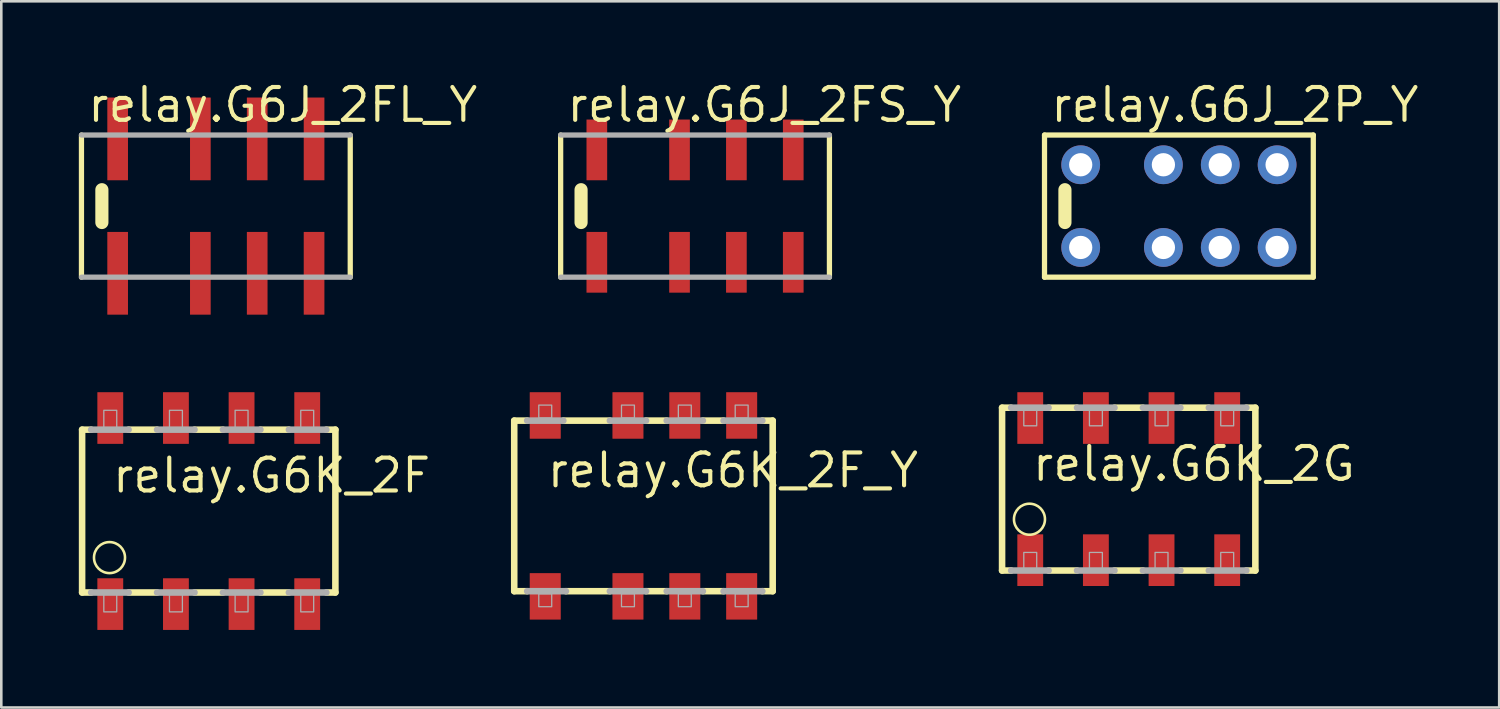
<source format=kicad_pcb>
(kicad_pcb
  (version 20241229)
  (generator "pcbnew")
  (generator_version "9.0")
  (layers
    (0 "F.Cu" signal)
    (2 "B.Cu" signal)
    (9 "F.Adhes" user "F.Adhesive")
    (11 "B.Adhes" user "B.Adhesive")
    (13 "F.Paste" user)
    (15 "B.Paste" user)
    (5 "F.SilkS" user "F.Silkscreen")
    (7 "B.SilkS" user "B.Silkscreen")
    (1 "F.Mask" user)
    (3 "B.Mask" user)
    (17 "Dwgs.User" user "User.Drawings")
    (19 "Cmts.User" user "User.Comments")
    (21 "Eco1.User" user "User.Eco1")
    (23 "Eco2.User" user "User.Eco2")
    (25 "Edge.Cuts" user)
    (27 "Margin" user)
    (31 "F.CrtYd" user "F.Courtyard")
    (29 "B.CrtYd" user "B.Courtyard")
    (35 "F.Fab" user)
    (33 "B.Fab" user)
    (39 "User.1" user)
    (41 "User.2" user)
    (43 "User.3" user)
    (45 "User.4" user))
  (footprint "relay.G6J_2FL_Y"
    (layer "F.Cu")
    (at 4.702 4.925)
    (property "Reference" "relay.G6J_2FL_Y" (at -4.445 -3.175 0) (layer "F.SilkS") (effects (font (size 1.27 1.27) (thickness 0.16)) (justify left bottom)))
    (attr smd)
    (fp_line (start -4.6 -2.75) (end -4.6 2.75) (stroke (width 0.203) (type default)) (layer "F.SilkS"))
    (fp_line (start -3.81 -0.635) (end -3.81 0.635) (stroke (width 0.508) (type default)) (layer "F.SilkS"))
    (fp_line (start 5.8 2.75) (end 5.8 -2.75) (stroke (width 0.203) (type default)) (layer "F.SilkS"))
    (fp_line (start -4.6 2.75) (end 5.8 2.75) (stroke (width 0.203) (type default)) (layer "F.Fab"))
    (fp_line (start 5.8 -2.75) (end -4.6 -2.75) (stroke (width 0.203) (type default)) (layer "F.Fab"))
    (pad "1" smd roundrect (at -3.2 2.6) (size 0.8 3.2) (layers "F.Cu" "F.Mask" "F.Paste") (roundrect_rratio 0.01))
    (pad "2" smd roundrect (at 0 2.6) (size 0.8 3.2) (layers "F.Cu" "F.Mask" "F.Paste") (roundrect_rratio 0.01))
    (pad "3" smd roundrect (at 2.2 2.6) (size 0.8 3.2) (layers "F.Cu" "F.Mask" "F.Paste") (roundrect_rratio 0.01))
    (pad "4" smd roundrect (at 4.4 2.6) (size 0.8 3.2) (layers "F.Cu" "F.Mask" "F.Paste") (roundrect_rratio 0.01))
    (pad "5" smd roundrect (at 4.4 -2.6) (size 0.8 3.2) (layers "F.Cu" "F.Mask" "F.Paste") (roundrect_rratio 0.01))
    (pad "6" smd roundrect (at 2.2 -2.6) (size 0.8 3.2) (layers "F.Cu" "F.Mask" "F.Paste") (roundrect_rratio 0.01))
    (pad "7" smd roundrect (at 0 -2.6) (size 0.8 3.2) (layers "F.Cu" "F.Mask" "F.Paste") (roundrect_rratio 0.01))
    (pad "8" smd roundrect (at -3.2 -2.6) (size 0.8 3.2) (layers "F.Cu" "F.Mask" "F.Paste") (roundrect_rratio 0.01)))
  (footprint "relay.G6J_2P_Y"
    (layer "F.Cu")
    (at 41.965 4.925)
    (property "Reference" "relay.G6J_2P_Y" (at -4.445 -3.175 0) (layer "F.SilkS") (effects (font (size 1.27 1.27) (thickness 0.16)) (justify left bottom)))
    (attr through_hole)
    (fp_line (start -4.6 -2.75) (end -4.6 2.75) (stroke (width 0.203) (type default)) (layer "F.SilkS"))
    (fp_line (start -4.6 2.75) (end 5.8 2.75) (stroke (width 0.203) (type default)) (layer "F.SilkS"))
    (fp_line (start -3.81 -0.635) (end -3.81 0.635) (stroke (width 0.508) (type default)) (layer "F.SilkS"))
    (fp_line (start 5.8 -2.75) (end -4.6 -2.75) (stroke (width 0.203) (type default)) (layer "F.SilkS"))
    (fp_line (start 5.8 2.75) (end 5.8 -2.75) (stroke (width 0.203) (type default)) (layer "F.SilkS"))
    (pad "1" thru_hole circle (at -3.2 1.6) (size 1.5 1.5) (drill 0.9) (layers "*.Cu" "*.Mask"))
    (pad "2" thru_hole circle (at 0 1.6) (size 1.5 1.5) (drill 0.9) (layers "*.Cu" "*.Mask"))
    (pad "3" thru_hole circle (at 2.2 1.6) (size 1.5 1.5) (drill 0.9) (layers "*.Cu" "*.Mask"))
    (pad "4" thru_hole circle (at 4.4 1.6) (size 1.5 1.5) (drill 0.9) (layers "*.Cu" "*.Mask"))
    (pad "5" thru_hole circle (at 4.4 -1.6) (size 1.5 1.5) (drill 0.9) (layers "*.Cu" "*.Mask"))
    (pad "6" thru_hole circle (at 2.2 -1.6) (size 1.5 1.5) (drill 0.9) (layers "*.Cu" "*.Mask"))
    (pad "7" thru_hole circle (at 0 -1.6) (size 1.5 1.5) (drill 0.9) (layers "*.Cu" "*.Mask"))
    (pad "8" thru_hole circle (at -3.2 -1.6) (size 1.5 1.5) (drill 0.9) (layers "*.Cu" "*.Mask")))
  (footprint "relay.G6J_2FS_Y"
    (layer "F.Cu")
    (at 23.243 4.925)
    (property "Reference" "relay.G6J_2FS_Y" (at -4.445 -3.175 0) (layer "F.SilkS") (effects (font (size 1.27 1.27) (thickness 0.16)) (justify left bottom)))
    (attr smd)
    (fp_line (start -4.6 -2.75) (end -4.6 2.75) (stroke (width 0.203) (type default)) (layer "F.SilkS"))
    (fp_line (start -3.81 -0.635) (end -3.81 0.635) (stroke (width 0.508) (type default)) (layer "F.SilkS"))
    (fp_line (start 5.8 2.75) (end 5.8 -2.75) (stroke (width 0.203) (type default)) (layer "F.SilkS"))
    (fp_line (start -4.6 2.75) (end 5.8 2.75) (stroke (width 0.203) (type default)) (layer "F.Fab"))
    (fp_line (start 5.8 -2.75) (end -4.6 -2.75) (stroke (width 0.203) (type default)) (layer "F.Fab"))
    (pad "1" smd roundrect (at -3.2 2.175) (size 0.8 2.35) (layers "F.Cu" "F.Mask" "F.Paste") (roundrect_rratio 0.01))
    (pad "2" smd roundrect (at 0 2.175) (size 0.8 2.35) (layers "F.Cu" "F.Mask" "F.Paste") (roundrect_rratio 0.01))
    (pad "3" smd roundrect (at 2.2 2.175) (size 0.8 2.35) (layers "F.Cu" "F.Mask" "F.Paste") (roundrect_rratio 0.01))
    (pad "4" smd roundrect (at 4.4 2.175) (size 0.8 2.35) (layers "F.Cu" "F.Mask" "F.Paste") (roundrect_rratio 0.01))
    (pad "5" smd roundrect (at 4.4 -2.175) (size 0.8 2.35) (layers "F.Cu" "F.Mask" "F.Paste") (roundrect_rratio 0.01))
    (pad "6" smd roundrect (at 2.2 -2.175) (size 0.8 2.35) (layers "F.Cu" "F.Mask" "F.Paste") (roundrect_rratio 0.01))
    (pad "7" smd roundrect (at 0 -2.175) (size 0.8 2.35) (layers "F.Cu" "F.Mask" "F.Paste") (roundrect_rratio 0.01))
    (pad "8" smd roundrect (at -3.2 -2.175) (size 0.8 2.35) (layers "F.Cu" "F.Mask" "F.Paste") (roundrect_rratio 0.01)))
  (footprint "relay.G6K_2F_Y"
    (layer "F.Cu")
    (at 21.847 16.525)
    (property "Reference" "relay.G6K_2F_Y" (at -3.81 -0.635 0) (layer "F.SilkS") (effects (font (size 1.27 1.27) (thickness 0.16)) (justify left bottom)))
    (attr smd)
    (fp_line (start -5 -3.3) (end -4.5 -3.3) (stroke (width 0.254) (type default)) (layer "F.SilkS"))
    (fp_line (start -5 3.3) (end -5 -3.3) (stroke (width 0.254) (type default)) (layer "F.SilkS"))
    (fp_line (start -5 3.3) (end -4.5 3.3) (stroke (width 0.254) (type default)) (layer "F.SilkS"))
    (fp_line (start -3.1 -3.3) (end -1.3 -3.3) (stroke (width 0.254) (type default)) (layer "F.SilkS"))
    (fp_line (start -1.3 3.3) (end -3 3.3) (stroke (width 0.254) (type default)) (layer "F.SilkS"))
    (fp_line (start 0.1 -3.3) (end 0.9 -3.3) (stroke (width 0.254) (type default)) (layer "F.SilkS"))
    (fp_line (start 0.9 3.3) (end 0.1 3.3) (stroke (width 0.254) (type default)) (layer "F.SilkS"))
    (fp_line (start 2.3 -3.3) (end 3.1 -3.3) (stroke (width 0.254) (type default)) (layer "F.SilkS"))
    (fp_line (start 3.1 3.3) (end 2.3 3.3) (stroke (width 0.254) (type default)) (layer "F.SilkS"))
    (fp_line (start 5 -3.3) (end 4.6 -3.3) (stroke (width 0.254) (type default)) (layer "F.SilkS"))
    (fp_line (start 5 -3.3) (end 5 3.3) (stroke (width 0.254) (type default)) (layer "F.SilkS"))
    (fp_line (start 5 3.3) (end 4.6 3.3) (stroke (width 0.254) (type default)) (layer "F.SilkS"))
    (fp_line (start -4.5 -3.3) (end -3.1 -3.3) (stroke (width 0.254) (type default)) (layer "F.Fab"))
    (fp_line (start -3 3.3) (end -4.5 3.3) (stroke (width 0.254) (type default)) (layer "F.Fab"))
    (fp_line (start -1.3 -3.3) (end 0.1 -3.3) (stroke (width 0.254) (type default)) (layer "F.Fab"))
    (fp_line (start 0.1 3.3) (end -1.3 3.3) (stroke (width 0.254) (type default)) (layer "F.Fab"))
    (fp_line (start 0.9 -3.3) (end 2.3 -3.3) (stroke (width 0.254) (type default)) (layer "F.Fab"))
    (fp_line (start 2.3 3.3) (end 0.9 3.3) (stroke (width 0.254) (type default)) (layer "F.Fab"))
    (fp_line (start 3.1 -3.3) (end 4.6 -3.3) (stroke (width 0.254) (type default)) (layer "F.Fab"))
    (fp_line (start 4.6 3.3) (end 3.1 3.3) (stroke (width 0.254) (type default)) (layer "F.Fab"))
    (fp_rect (start -4.05 -3.4) (end -3.55 -3.9) (stroke (width 0.05) (type default)) (fill no) (layer "F.Fab"))
    (fp_rect (start -4.05 3.9) (end -3.55 3.4) (stroke (width 0.05) (type default)) (fill no) (layer "F.Fab"))
    (fp_rect (start -0.85 -3.4) (end -0.35 -3.9) (stroke (width 0.05) (type default)) (fill no) (layer "F.Fab"))
    (fp_rect (start -0.85 3.9) (end -0.35 3.4) (stroke (width 0.05) (type default)) (fill no) (layer "F.Fab"))
    (fp_rect (start 1.35 -3.4) (end 1.85 -3.9) (stroke (width 0.05) (type default)) (fill no) (layer "F.Fab"))
    (fp_rect (start 1.35 3.9) (end 1.85 3.4) (stroke (width 0.05) (type default)) (fill no) (layer "F.Fab"))
    (fp_rect (start 3.55 -3.4) (end 4.05 -3.9) (stroke (width 0.05) (type default)) (fill no) (layer "F.Fab"))
    (fp_rect (start 3.55 3.9) (end 4.05 3.4) (stroke (width 0.05) (type default)) (fill no) (layer "F.Fab"))
    (pad "1" smd roundrect (at -3.8 3.5) (size 1.2 1.8) (layers "F.Cu" "F.Mask" "F.Paste") (roundrect_rratio 0.01))
    (pad "2" smd roundrect (at -0.6 3.5) (size 1.2 1.8) (layers "F.Cu" "F.Mask" "F.Paste") (roundrect_rratio 0.01))
    (pad "3" smd roundrect (at 1.6 3.5) (size 1.2 1.8) (layers "F.Cu" "F.Mask" "F.Paste") (roundrect_rratio 0.01))
    (pad "4" smd roundrect (at 3.8 3.5) (size 1.2 1.8) (layers "F.Cu" "F.Mask" "F.Paste") (roundrect_rratio 0.01))
    (pad "5" smd roundrect (at 3.8 -3.5) (size 1.2 1.8) (layers "F.Cu" "F.Mask" "F.Paste") (roundrect_rratio 0.01))
    (pad "6" smd roundrect (at 1.6 -3.5) (size 1.2 1.8) (layers "F.Cu" "F.Mask" "F.Paste") (roundrect_rratio 0.01))
    (pad "7" smd roundrect (at -0.6 -3.5) (size 1.2 1.8) (layers "F.Cu" "F.Mask" "F.Paste") (roundrect_rratio 0.01))
    (pad "8" smd roundrect (at -3.8 -3.5) (size 1.2 1.8) (layers "F.Cu" "F.Mask" "F.Paste") (roundrect_rratio 0.01)))
  (footprint "relay.G6K_2G"
    (layer "F.Cu")
    (at 40.623 15.875)
    (property "Reference" "relay.G6K_2G" (at -3.81 -0.235 0) (layer "F.SilkS") (effects (font (size 1.27 1.27) (thickness 0.16)) (justify left bottom)))
    (attr smd)
    (fp_line (start -4.9 -3.15) (end -4.9 3.15) (stroke (width 0.254) (type default)) (layer "F.SilkS"))
    (fp_line (start -4.9 -3.15) (end -4.55 -3.15) (stroke (width 0.254) (type default)) (layer "F.SilkS"))
    (fp_line (start -4.9 3.15) (end -4.55 3.15) (stroke (width 0.254) (type default)) (layer "F.SilkS"))
    (fp_line (start -3.1 -3.15) (end -2 -3.15) (stroke (width 0.254) (type default)) (layer "F.SilkS"))
    (fp_line (start -3.1 3.15) (end -2 3.15) (stroke (width 0.254) (type default)) (layer "F.SilkS"))
    (fp_line (start -0.55 -3.15) (end 0.55 -3.15) (stroke (width 0.254) (type default)) (layer "F.SilkS"))
    (fp_line (start -0.55 3.15) (end 0.55 3.15) (stroke (width 0.254) (type default)) (layer "F.SilkS"))
    (fp_line (start 2 -3.15) (end 3.1 -3.15) (stroke (width 0.254) (type default)) (layer "F.SilkS"))
    (fp_line (start 2 3.15) (end 3.1 3.15) (stroke (width 0.254) (type default)) (layer "F.SilkS"))
    (fp_line (start 4.9 -3.15) (end 4.55 -3.15) (stroke (width 0.254) (type default)) (layer "F.SilkS"))
    (fp_line (start 4.9 3.15) (end 4.55 3.15) (stroke (width 0.254) (type default)) (layer "F.SilkS"))
    (fp_line (start 4.9 3.15) (end 4.9 -3.15) (stroke (width 0.254) (type default)) (layer "F.SilkS"))
    (fp_circle (center -3.84 1.165) (end -3.24 1.165) (stroke (width 0.1) (type default)) (fill no) (layer "F.SilkS"))
    (fp_line (start -4.55 -3.15) (end -3.1 -3.15) (stroke (width 0.254) (type default)) (layer "F.Fab"))
    (fp_line (start -4.55 3.15) (end -3.1 3.15) (stroke (width 0.254) (type default)) (layer "F.Fab"))
    (fp_line (start -2 -3.15) (end -0.55 -3.15) (stroke (width 0.254) (type default)) (layer "F.Fab"))
    (fp_line (start -2 3.15) (end -0.55 3.15) (stroke (width 0.254) (type default)) (layer "F.Fab"))
    (fp_line (start 0.55 -3.15) (end 2 -3.15) (stroke (width 0.254) (type default)) (layer "F.Fab"))
    (fp_line (start 0.55 3.15) (end 2 3.15) (stroke (width 0.254) (type default)) (layer "F.Fab"))
    (fp_line (start 3.1 -3.15) (end 4.55 -3.15) (stroke (width 0.254) (type default)) (layer "F.Fab"))
    (fp_line (start 3.1 3.15) (end 4.55 3.15) (stroke (width 0.254) (type default)) (layer "F.Fab"))
    (fp_rect (start -4.06 -2.45) (end -3.56 -3.15) (stroke (width 0.05) (type default)) (fill no) (layer "F.Fab"))
    (fp_rect (start -4.06 3.15) (end -3.56 2.45) (stroke (width 0.05) (type default)) (fill no) (layer "F.Fab"))
    (fp_rect (start -1.52 -2.45) (end -1.02 -3.15) (stroke (width 0.05) (type default)) (fill no) (layer "F.Fab"))
    (fp_rect (start -1.52 3.15) (end -1.02 2.45) (stroke (width 0.05) (type default)) (fill no) (layer "F.Fab"))
    (fp_rect (start 1.02 -2.45) (end 1.52 -3.15) (stroke (width 0.05) (type default)) (fill no) (layer "F.Fab"))
    (fp_rect (start 1.02 3.15) (end 1.52 2.45) (stroke (width 0.05) (type default)) (fill no) (layer "F.Fab"))
    (fp_rect (start 3.56 -2.45) (end 4.06 -3.15) (stroke (width 0.05) (type default)) (fill no) (layer "F.Fab"))
    (fp_rect (start 3.56 3.15) (end 4.06 2.45) (stroke (width 0.05) (type default)) (fill no) (layer "F.Fab"))
    (pad "1" smd roundrect (at -3.81 2.75) (size 1 2) (layers "F.Cu" "F.Mask" "F.Paste") (roundrect_rratio 0.01))
    (pad "2" smd roundrect (at -1.27 2.75) (size 1 2) (layers "F.Cu" "F.Mask" "F.Paste") (roundrect_rratio 0.01))
    (pad "3" smd roundrect (at 1.27 2.75) (size 1 2) (layers "F.Cu" "F.Mask" "F.Paste") (roundrect_rratio 0.01))
    (pad "4" smd roundrect (at 3.81 2.75) (size 1 2) (layers "F.Cu" "F.Mask" "F.Paste") (roundrect_rratio 0.01))
    (pad "5" smd roundrect (at 3.81 -2.75) (size 1 2) (layers "F.Cu" "F.Mask" "F.Paste") (roundrect_rratio 0.01))
    (pad "6" smd roundrect (at 1.27 -2.75) (size 1 2) (layers "F.Cu" "F.Mask" "F.Paste") (roundrect_rratio 0.01))
    (pad "7" smd roundrect (at -1.27 -2.75) (size 1 2) (layers "F.Cu" "F.Mask" "F.Paste") (roundrect_rratio 0.01))
    (pad "8" smd roundrect (at -3.81 -2.75) (size 1 2) (layers "F.Cu" "F.Mask" "F.Paste") (roundrect_rratio 0.01)))
  (footprint "relay.G6K_2F"
    (layer "F.Cu")
    (at 5.027 16.725)
    (property "Reference" "relay.G6K_2F" (at -3.81 -0.635 0) (layer "F.SilkS") (effects (font (size 1.27 1.27) (thickness 0.16)) (justify left bottom)))
    (attr smd)
    (fp_line (start -4.9 -3.15) (end -4.9 3.15) (stroke (width 0.254) (type default)) (layer "F.SilkS"))
    (fp_line (start -4.9 -3.15) (end -4.55 -3.15) (stroke (width 0.254) (type default)) (layer "F.SilkS"))
    (fp_line (start -4.9 3.15) (end -4.55 3.15) (stroke (width 0.254) (type default)) (layer "F.SilkS"))
    (fp_line (start -3.1 -3.15) (end -2 -3.15) (stroke (width 0.254) (type default)) (layer "F.SilkS"))
    (fp_line (start -3.1 3.15) (end -2 3.15) (stroke (width 0.254) (type default)) (layer "F.SilkS"))
    (fp_line (start -0.55 -3.15) (end 0.55 -3.15) (stroke (width 0.254) (type default)) (layer "F.SilkS"))
    (fp_line (start -0.55 3.15) (end 0.55 3.15) (stroke (width 0.254) (type default)) (layer "F.SilkS"))
    (fp_line (start 2 -3.15) (end 3.1 -3.15) (stroke (width 0.254) (type default)) (layer "F.SilkS"))
    (fp_line (start 2 3.15) (end 3.1 3.15) (stroke (width 0.254) (type default)) (layer "F.SilkS"))
    (fp_line (start 4.9 -3.15) (end 4.55 -3.15) (stroke (width 0.254) (type default)) (layer "F.SilkS"))
    (fp_line (start 4.9 3.15) (end 4.55 3.15) (stroke (width 0.254) (type default)) (layer "F.SilkS"))
    (fp_line (start 4.9 3.15) (end 4.9 -3.15) (stroke (width 0.254) (type default)) (layer "F.SilkS"))
    (fp_circle (center -3.84 1.8) (end -3.24 1.8) (stroke (width 0.1) (type default)) (fill no) (layer "F.SilkS"))
    (fp_line (start -4.55 -3.15) (end -3.1 -3.15) (stroke (width 0.254) (type default)) (layer "F.Fab"))
    (fp_line (start -4.55 3.15) (end -3.1 3.15) (stroke (width 0.254) (type default)) (layer "F.Fab"))
    (fp_line (start -2 -3.15) (end -0.55 -3.15) (stroke (width 0.254) (type default)) (layer "F.Fab"))
    (fp_line (start -2 3.15) (end -0.55 3.15) (stroke (width 0.254) (type default)) (layer "F.Fab"))
    (fp_line (start 0.55 -3.15) (end 2 -3.15) (stroke (width 0.254) (type default)) (layer "F.Fab"))
    (fp_line (start 0.55 3.15) (end 2 3.15) (stroke (width 0.254) (type default)) (layer "F.Fab"))
    (fp_line (start 3.1 -3.15) (end 4.55 -3.15) (stroke (width 0.254) (type default)) (layer "F.Fab"))
    (fp_line (start 3.1 3.15) (end 4.55 3.15) (stroke (width 0.254) (type default)) (layer "F.Fab"))
    (fp_rect (start -4.06 -3.2) (end -3.56 -3.9) (stroke (width 0.05) (type default)) (fill no) (layer "F.Fab"))
    (fp_rect (start -4.06 3.9) (end -3.56 3.2) (stroke (width 0.05) (type default)) (fill no) (layer "F.Fab"))
    (fp_rect (start -1.52 -3.2) (end -1.02 -3.9) (stroke (width 0.05) (type default)) (fill no) (layer "F.Fab"))
    (fp_rect (start -1.52 3.9) (end -1.02 3.2) (stroke (width 0.05) (type default)) (fill no) (layer "F.Fab"))
    (fp_rect (start 1.02 -3.2) (end 1.52 -3.9) (stroke (width 0.05) (type default)) (fill no) (layer "F.Fab"))
    (fp_rect (start 1.02 3.9) (end 1.52 3.2) (stroke (width 0.05) (type default)) (fill no) (layer "F.Fab"))
    (fp_rect (start 3.56 -3.2) (end 4.06 -3.9) (stroke (width 0.05) (type default)) (fill no) (layer "F.Fab"))
    (fp_rect (start 3.56 3.9) (end 4.06 3.2) (stroke (width 0.05) (type default)) (fill no) (layer "F.Fab"))
    (pad "1" smd roundrect (at -3.81 3.6) (size 1 2) (layers "F.Cu" "F.Mask" "F.Paste") (roundrect_rratio 0.01))
    (pad "2" smd roundrect (at -1.27 3.6) (size 1 2) (layers "F.Cu" "F.Mask" "F.Paste") (roundrect_rratio 0.01))
    (pad "3" smd roundrect (at 1.27 3.6) (size 1 2) (layers "F.Cu" "F.Mask" "F.Paste") (roundrect_rratio 0.01))
    (pad "4" smd roundrect (at 3.81 3.6) (size 1 2) (layers "F.Cu" "F.Mask" "F.Paste") (roundrect_rratio 0.01))
    (pad "5" smd roundrect (at 3.81 -3.6) (size 1 2) (layers "F.Cu" "F.Mask" "F.Paste") (roundrect_rratio 0.01))
    (pad "6" smd roundrect (at 1.27 -3.6) (size 1 2) (layers "F.Cu" "F.Mask" "F.Paste") (roundrect_rratio 0.01))
    (pad "7" smd roundrect (at -1.27 -3.6) (size 1 2) (layers "F.Cu" "F.Mask" "F.Paste") (roundrect_rratio 0.01))
    (pad "8" smd roundrect (at -3.81 -3.6) (size 1 2) (layers "F.Cu" "F.Mask" "F.Paste") (roundrect_rratio 0.01)))
  (gr_rect
    (start -3 -3)
    (end 54.958 24.325)
    (stroke (width 0.1) (type default))
    (fill no)
    (layer "Edge.Cuts")))
</source>
